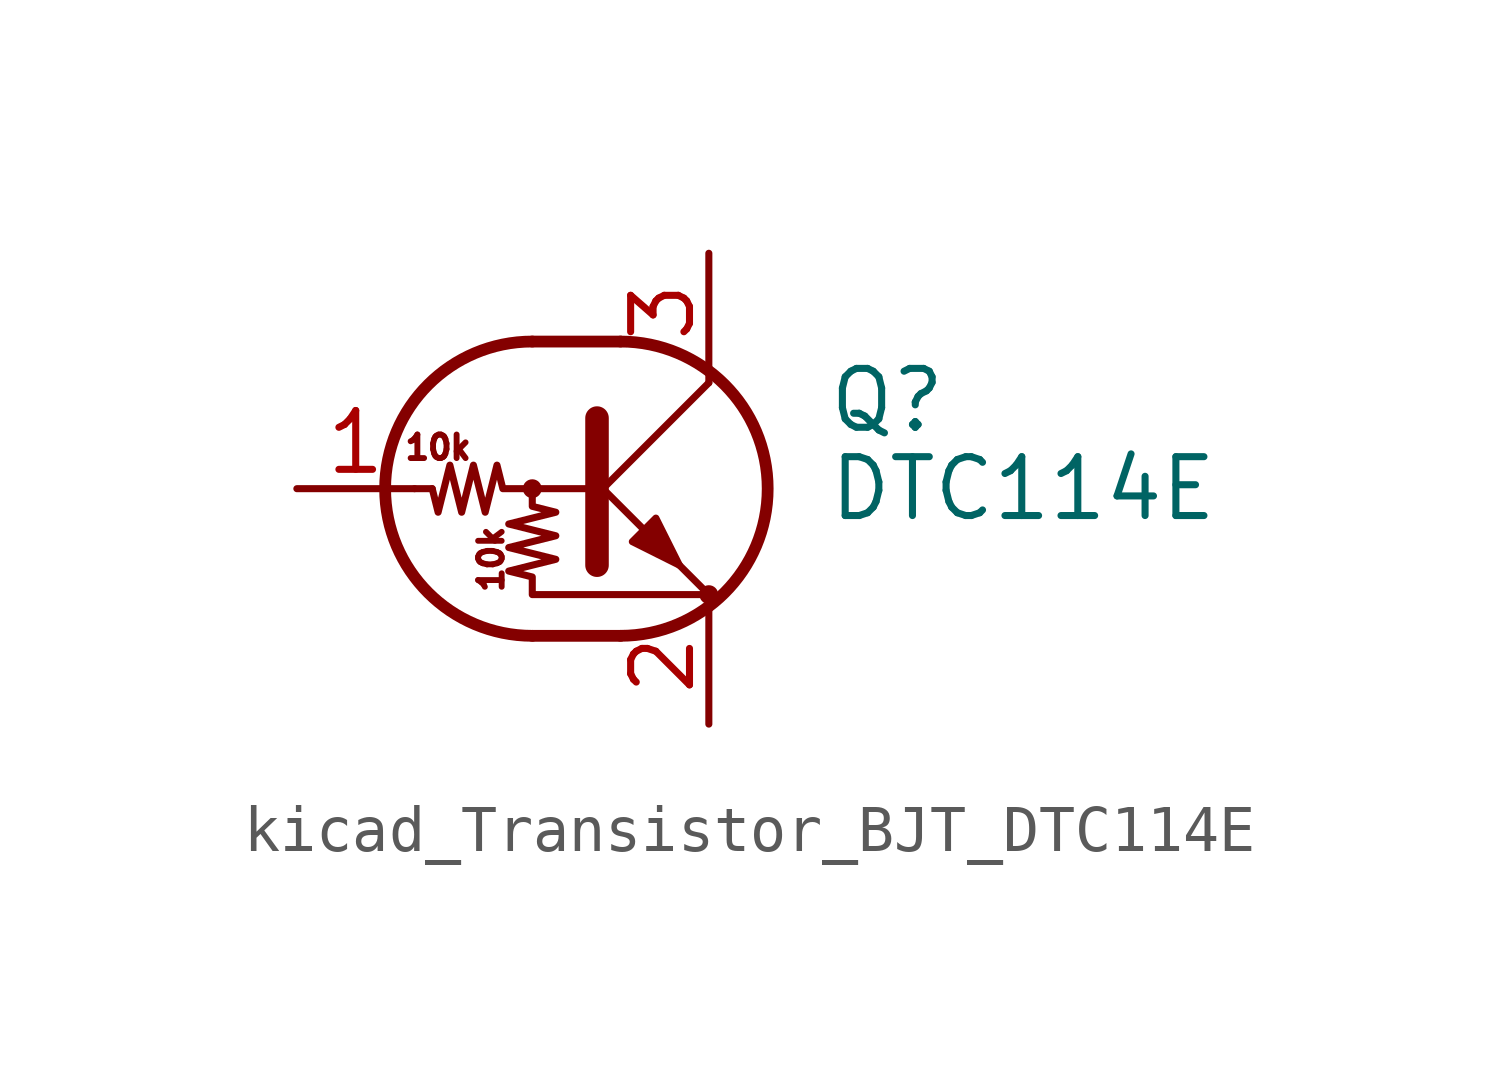
<source format=kicad_sym>
(kicad_symbol_lib
  (version 20220914)
  (generator kicad_symbol_editor)
  (symbol "kicad_Transistor_BJT_DTC114E"
    (pin_names
      (offset 0) hide)
    (property "Reference" "Q"
      (at 5.08 1.905 0)
      (effects (font (size 1.27 1.27)) (justify left)))
    (property "Value" "DTC114E"
      (at 5.08 0 0)
      (effects (font (size 1.27 1.27)) (justify left)))
    (symbol "kicad_Transistor_BJT_DTC114E_0_0"
      (text "10k" (at -3.302 0.889 0) (effects (font (size 0.508 0.508))))
      (text "10k" (at -2.159 -1.524 900) (effects (font (size 0.508 0.508)))))
    (symbol "kicad_Transistor_BJT_DTC114E_0_1"
      (circle (center -1.27 0) (radius 0.127) (stroke (width 0) (type default)) (fill (type none)))
      (arc (start -1.27 3.175) (mid -4.4312 0) (end -1.27 -3.175) (stroke (width 0.254) (type default)) (fill (type none)))
      (polyline (pts (xy -3.429 0) (xy -3.81 0)) (stroke (width 0) (type default)) (fill (type none)))
      (polyline (pts (xy -1.27 -3.175) (xy 0.635 -3.175)) (stroke (width 0.254) (type default)) (fill (type none)))
      (polyline (pts (xy -1.27 3.175) (xy 0.635 3.175)) (stroke (width 0.254) (type default)) (fill (type none)))
      (polyline (pts (xy 0 -0.254) (xy 2.54 2.286)) (stroke (width 0) (type default)) (fill (type none)))
      (polyline (pts (xy 0.127 1.524) (xy 0.127 -1.651)) (stroke (width 0.508) (type default)) (fill (type outline)))
      (polyline (pts (xy 2.54 2.286) (xy 2.54 2.54)) (stroke (width 0) (type default)) (fill (type none)))
      (polyline (pts (xy 2.54 -2.286) (xy 0 0.254) (xy 0 0.254)) (stroke (width 0) (type default)) (fill (type none)))
      (polyline (pts (xy 0.889 -1.143) (xy 1.397 -0.635) (xy 1.905 -1.651) (xy 0.889 -1.143)) (stroke (width 0) (type default)) (fill (type outline)))
      (polyline (pts (xy 0 0) (xy -1.905 0) (xy -2.032 0.508) (xy -2.286 -0.508) (xy -2.54 0.508) (xy -2.794 -0.508) (xy -3.048 0.508) (xy -3.302 -0.508) (xy -3.429 0)) (stroke (width 0) (type default)) (fill (type none)))
      (polyline (pts (xy -1.27 0) (xy -1.27 -0.381) (xy -0.762 -0.508) (xy -1.778 -0.762) (xy -0.762 -1.016) (xy -1.778 -1.27) (xy -0.762 -1.524) (xy -1.778 -1.778) (xy -1.27 -1.905) (xy -1.27 -2.286) (xy 2.54 -2.286)) (stroke (width 0) (type default)) (fill (type none)))
      (arc (start 0.635 -3.175) (mid 3.7962 0) (end 0.635 3.175) (stroke (width 0.254) (type default)) (fill (type none)))
      (circle (center 2.54 -2.286) (radius 0.127) (stroke (width 0) (type default)) (fill (type none))))
    (symbol "kicad_Transistor_BJT_DTC114E_1_1"
      (pin input line (at -6.35 0 0) (length 2.54) (name "B" (effects (font (size 1.27 1.27)))) (number "1" (effects (font (size 1.27 1.27)))))
      (pin passive line (at 2.54 -5.08 90) (length 2.54) (name "E" (effects (font (size 1.27 1.27)))) (number "2" (effects (font (size 1.27 1.27)))))
      (pin passive line (at 2.54 5.08 270) (length 2.54) (name "C" (effects (font (size 1.27 1.27)))) (number "3" (effects (font (size 1.27 1.27))))))))
</source>
